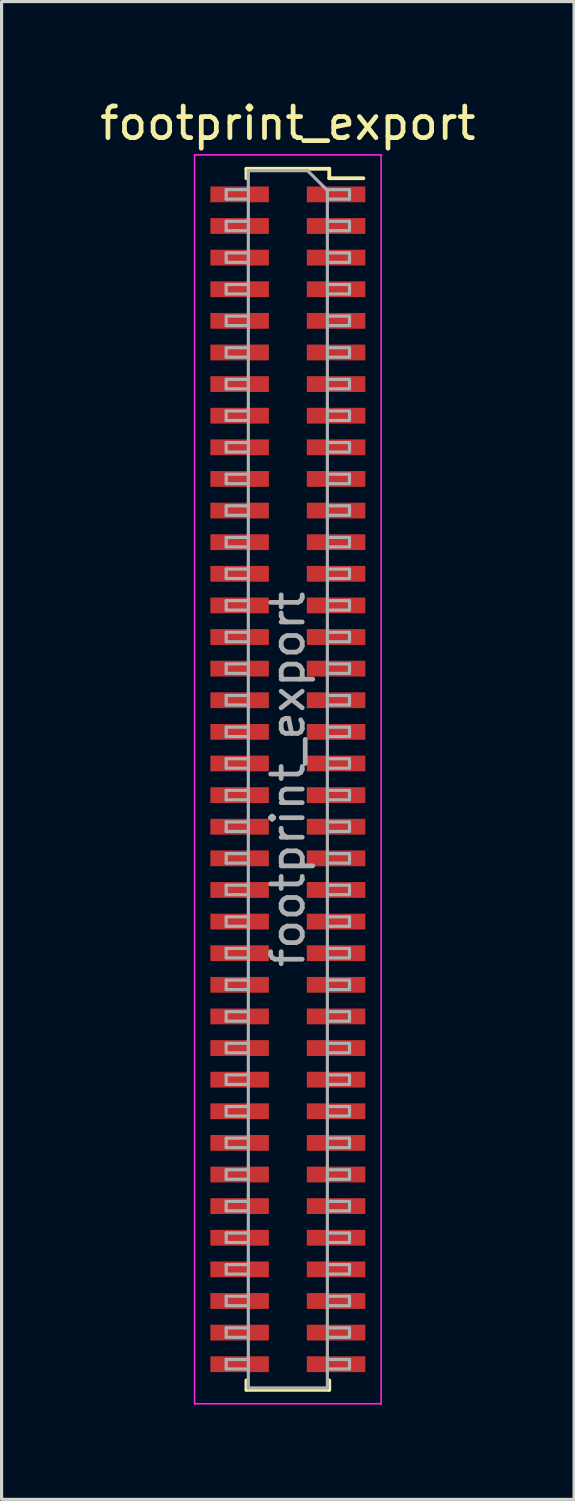
<source format=kicad_pcb>
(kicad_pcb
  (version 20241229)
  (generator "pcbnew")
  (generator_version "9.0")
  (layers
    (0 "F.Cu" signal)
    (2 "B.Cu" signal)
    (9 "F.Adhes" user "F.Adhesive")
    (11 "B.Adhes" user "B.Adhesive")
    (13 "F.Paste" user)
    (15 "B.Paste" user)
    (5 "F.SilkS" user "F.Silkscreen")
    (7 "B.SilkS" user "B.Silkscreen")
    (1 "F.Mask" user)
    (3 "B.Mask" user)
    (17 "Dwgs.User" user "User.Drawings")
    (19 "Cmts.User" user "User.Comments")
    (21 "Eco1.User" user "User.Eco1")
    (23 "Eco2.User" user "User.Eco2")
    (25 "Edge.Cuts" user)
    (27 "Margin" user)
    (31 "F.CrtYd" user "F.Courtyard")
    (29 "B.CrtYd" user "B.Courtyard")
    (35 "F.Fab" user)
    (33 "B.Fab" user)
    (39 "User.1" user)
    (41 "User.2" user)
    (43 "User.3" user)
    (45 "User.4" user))
  (footprint "footprint_export"
    (layer "F.Cu")
    (at 6.054 21.598)
    (property "Reference" "footprint_export" (at 0 -20.75 0) (layer "F.SilkS") (effects (font (size 1 1) (thickness 0.15))))
    (attr smd)
    (fp_line (start -1.31 -19.31) (end -1.31 -19.01) (stroke (width 0.12) (type solid)) (layer "F.SilkS"))
    (fp_line (start -1.31 -19.31) (end 1.31 -19.31) (stroke (width 0.12) (type solid)) (layer "F.SilkS"))
    (fp_line (start -1.31 19.01) (end -1.31 19.31) (stroke (width 0.12) (type solid)) (layer "F.SilkS"))
    (fp_line (start -1.31 19.31) (end 1.31 19.31) (stroke (width 0.12) (type solid)) (layer "F.SilkS"))
    (fp_line (start 1.31 -19.31) (end 1.31 -19.01) (stroke (width 0.12) (type solid)) (layer "F.SilkS"))
    (fp_line (start 1.31 -19.01) (end 2.39 -19.01) (stroke (width 0.12) (type solid)) (layer "F.SilkS"))
    (fp_line (start 1.31 19.01) (end 1.31 19.31) (stroke (width 0.12) (type solid)) (layer "F.SilkS"))
    (fp_line (start -2.95 -19.75) (end 2.95 -19.75) (stroke (width 0.05) (type solid)) (layer "F.CrtYd"))
    (fp_line (start -2.95 19.75) (end -2.95 -19.75) (stroke (width 0.05) (type solid)) (layer "F.CrtYd"))
    (fp_line (start 2.95 -19.75) (end 2.95 19.75) (stroke (width 0.05) (type solid)) (layer "F.CrtYd"))
    (fp_line (start 2.95 19.75) (end -2.95 19.75) (stroke (width 0.05) (type solid)) (layer "F.CrtYd"))
    (fp_line (start -1.95 -18.65) (end -1.25 -18.65) (stroke (width 0.1) (type solid)) (layer "F.Fab"))
    (fp_line (start -1.95 -18.35) (end -1.95 -18.65) (stroke (width 0.1) (type solid)) (layer "F.Fab"))
    (fp_line (start -1.95 -17.65) (end -1.25 -17.65) (stroke (width 0.1) (type solid)) (layer "F.Fab"))
    (fp_line (start -1.95 -17.35) (end -1.95 -17.65) (stroke (width 0.1) (type solid)) (layer "F.Fab"))
    (fp_line (start -1.95 -16.65) (end -1.25 -16.65) (stroke (width 0.1) (type solid)) (layer "F.Fab"))
    (fp_line (start -1.95 -16.35) (end -1.95 -16.65) (stroke (width 0.1) (type solid)) (layer "F.Fab"))
    (fp_line (start -1.95 -15.65) (end -1.25 -15.65) (stroke (width 0.1) (type solid)) (layer "F.Fab"))
    (fp_line (start -1.95 -15.35) (end -1.95 -15.65) (stroke (width 0.1) (type solid)) (layer "F.Fab"))
    (fp_line (start -1.95 -14.65) (end -1.25 -14.65) (stroke (width 0.1) (type solid)) (layer "F.Fab"))
    (fp_line (start -1.95 -14.35) (end -1.95 -14.65) (stroke (width 0.1) (type solid)) (layer "F.Fab"))
    (fp_line (start -1.95 -13.65) (end -1.25 -13.65) (stroke (width 0.1) (type solid)) (layer "F.Fab"))
    (fp_line (start -1.95 -13.35) (end -1.95 -13.65) (stroke (width 0.1) (type solid)) (layer "F.Fab"))
    (fp_line (start -1.95 -12.65) (end -1.25 -12.65) (stroke (width 0.1) (type solid)) (layer "F.Fab"))
    (fp_line (start -1.95 -12.35) (end -1.95 -12.65) (stroke (width 0.1) (type solid)) (layer "F.Fab"))
    (fp_line (start -1.95 -11.65) (end -1.25 -11.65) (stroke (width 0.1) (type solid)) (layer "F.Fab"))
    (fp_line (start -1.95 -11.35) (end -1.95 -11.65) (stroke (width 0.1) (type solid)) (layer "F.Fab"))
    (fp_line (start -1.95 -10.65) (end -1.25 -10.65) (stroke (width 0.1) (type solid)) (layer "F.Fab"))
    (fp_line (start -1.95 -10.35) (end -1.95 -10.65) (stroke (width 0.1) (type solid)) (layer "F.Fab"))
    (fp_line (start -1.95 -9.65) (end -1.25 -9.65) (stroke (width 0.1) (type solid)) (layer "F.Fab"))
    (fp_line (start -1.95 -9.35) (end -1.95 -9.65) (stroke (width 0.1) (type solid)) (layer "F.Fab"))
    (fp_line (start -1.95 -8.65) (end -1.25 -8.65) (stroke (width 0.1) (type solid)) (layer "F.Fab"))
    (fp_line (start -1.95 -8.35) (end -1.95 -8.65) (stroke (width 0.1) (type solid)) (layer "F.Fab"))
    (fp_line (start -1.95 -7.65) (end -1.25 -7.65) (stroke (width 0.1) (type solid)) (layer "F.Fab"))
    (fp_line (start -1.95 -7.35) (end -1.95 -7.65) (stroke (width 0.1) (type solid)) (layer "F.Fab"))
    (fp_line (start -1.95 -6.65) (end -1.25 -6.65) (stroke (width 0.1) (type solid)) (layer "F.Fab"))
    (fp_line (start -1.95 -6.35) (end -1.95 -6.65) (stroke (width 0.1) (type solid)) (layer "F.Fab"))
    (fp_line (start -1.95 -5.65) (end -1.25 -5.65) (stroke (width 0.1) (type solid)) (layer "F.Fab"))
    (fp_line (start -1.95 -5.35) (end -1.95 -5.65) (stroke (width 0.1) (type solid)) (layer "F.Fab"))
    (fp_line (start -1.95 -4.65) (end -1.25 -4.65) (stroke (width 0.1) (type solid)) (layer "F.Fab"))
    (fp_line (start -1.95 -4.35) (end -1.95 -4.65) (stroke (width 0.1) (type solid)) (layer "F.Fab"))
    (fp_line (start -1.95 -3.65) (end -1.25 -3.65) (stroke (width 0.1) (type solid)) (layer "F.Fab"))
    (fp_line (start -1.95 -3.35) (end -1.95 -3.65) (stroke (width 0.1) (type solid)) (layer "F.Fab"))
    (fp_line (start -1.95 -2.65) (end -1.25 -2.65) (stroke (width 0.1) (type solid)) (layer "F.Fab"))
    (fp_line (start -1.95 -2.35) (end -1.95 -2.65) (stroke (width 0.1) (type solid)) (layer "F.Fab"))
    (fp_line (start -1.95 -1.65) (end -1.25 -1.65) (stroke (width 0.1) (type solid)) (layer "F.Fab"))
    (fp_line (start -1.95 -1.35) (end -1.95 -1.65) (stroke (width 0.1) (type solid)) (layer "F.Fab"))
    (fp_line (start -1.95 -0.65) (end -1.25 -0.65) (stroke (width 0.1) (type solid)) (layer "F.Fab"))
    (fp_line (start -1.95 -0.35) (end -1.95 -0.65) (stroke (width 0.1) (type solid)) (layer "F.Fab"))
    (fp_line (start -1.95 0.35) (end -1.25 0.35) (stroke (width 0.1) (type solid)) (layer "F.Fab"))
    (fp_line (start -1.95 0.65) (end -1.95 0.35) (stroke (width 0.1) (type solid)) (layer "F.Fab"))
    (fp_line (start -1.95 1.35) (end -1.25 1.35) (stroke (width 0.1) (type solid)) (layer "F.Fab"))
    (fp_line (start -1.95 1.65) (end -1.95 1.35) (stroke (width 0.1) (type solid)) (layer "F.Fab"))
    (fp_line (start -1.95 2.35) (end -1.25 2.35) (stroke (width 0.1) (type solid)) (layer "F.Fab"))
    (fp_line (start -1.95 2.65) (end -1.95 2.35) (stroke (width 0.1) (type solid)) (layer "F.Fab"))
    (fp_line (start -1.95 3.35) (end -1.25 3.35) (stroke (width 0.1) (type solid)) (layer "F.Fab"))
    (fp_line (start -1.95 3.65) (end -1.95 3.35) (stroke (width 0.1) (type solid)) (layer "F.Fab"))
    (fp_line (start -1.95 4.35) (end -1.25 4.35) (stroke (width 0.1) (type solid)) (layer "F.Fab"))
    (fp_line (start -1.95 4.65) (end -1.95 4.35) (stroke (width 0.1) (type solid)) (layer "F.Fab"))
    (fp_line (start -1.95 5.35) (end -1.25 5.35) (stroke (width 0.1) (type solid)) (layer "F.Fab"))
    (fp_line (start -1.95 5.65) (end -1.95 5.35) (stroke (width 0.1) (type solid)) (layer "F.Fab"))
    (fp_line (start -1.95 6.35) (end -1.25 6.35) (stroke (width 0.1) (type solid)) (layer "F.Fab"))
    (fp_line (start -1.95 6.65) (end -1.95 6.35) (stroke (width 0.1) (type solid)) (layer "F.Fab"))
    (fp_line (start -1.95 7.35) (end -1.25 7.35) (stroke (width 0.1) (type solid)) (layer "F.Fab"))
    (fp_line (start -1.95 7.65) (end -1.95 7.35) (stroke (width 0.1) (type solid)) (layer "F.Fab"))
    (fp_line (start -1.95 8.35) (end -1.25 8.35) (stroke (width 0.1) (type solid)) (layer "F.Fab"))
    (fp_line (start -1.95 8.65) (end -1.95 8.35) (stroke (width 0.1) (type solid)) (layer "F.Fab"))
    (fp_line (start -1.95 9.35) (end -1.25 9.35) (stroke (width 0.1) (type solid)) (layer "F.Fab"))
    (fp_line (start -1.95 9.65) (end -1.95 9.35) (stroke (width 0.1) (type solid)) (layer "F.Fab"))
    (fp_line (start -1.95 10.35) (end -1.25 10.35) (stroke (width 0.1) (type solid)) (layer "F.Fab"))
    (fp_line (start -1.95 10.65) (end -1.95 10.35) (stroke (width 0.1) (type solid)) (layer "F.Fab"))
    (fp_line (start -1.95 11.35) (end -1.25 11.35) (stroke (width 0.1) (type solid)) (layer "F.Fab"))
    (fp_line (start -1.95 11.65) (end -1.95 11.35) (stroke (width 0.1) (type solid)) (layer "F.Fab"))
    (fp_line (start -1.95 12.35) (end -1.25 12.35) (stroke (width 0.1) (type solid)) (layer "F.Fab"))
    (fp_line (start -1.95 12.65) (end -1.95 12.35) (stroke (width 0.1) (type solid)) (layer "F.Fab"))
    (fp_line (start -1.95 13.35) (end -1.25 13.35) (stroke (width 0.1) (type solid)) (layer "F.Fab"))
    (fp_line (start -1.95 13.65) (end -1.95 13.35) (stroke (width 0.1) (type solid)) (layer "F.Fab"))
    (fp_line (start -1.95 14.35) (end -1.25 14.35) (stroke (width 0.1) (type solid)) (layer "F.Fab"))
    (fp_line (start -1.95 14.65) (end -1.95 14.35) (stroke (width 0.1) (type solid)) (layer "F.Fab"))
    (fp_line (start -1.95 15.35) (end -1.25 15.35) (stroke (width 0.1) (type solid)) (layer "F.Fab"))
    (fp_line (start -1.95 15.65) (end -1.95 15.35) (stroke (width 0.1) (type solid)) (layer "F.Fab"))
    (fp_line (start -1.95 16.35) (end -1.25 16.35) (stroke (width 0.1) (type solid)) (layer "F.Fab"))
    (fp_line (start -1.95 16.65) (end -1.95 16.35) (stroke (width 0.1) (type solid)) (layer "F.Fab"))
    (fp_line (start -1.95 17.35) (end -1.25 17.35) (stroke (width 0.1) (type solid)) (layer "F.Fab"))
    (fp_line (start -1.95 17.65) (end -1.95 17.35) (stroke (width 0.1) (type solid)) (layer "F.Fab"))
    (fp_line (start -1.95 18.35) (end -1.25 18.35) (stroke (width 0.1) (type solid)) (layer "F.Fab"))
    (fp_line (start -1.95 18.65) (end -1.95 18.35) (stroke (width 0.1) (type solid)) (layer "F.Fab"))
    (fp_line (start -1.25 -19.25) (end 0.625 -19.25) (stroke (width 0.1) (type solid)) (layer "F.Fab"))
    (fp_line (start -1.25 -18.35) (end -1.95 -18.35) (stroke (width 0.1) (type solid)) (layer "F.Fab"))
    (fp_line (start -1.25 -17.35) (end -1.95 -17.35) (stroke (width 0.1) (type solid)) (layer "F.Fab"))
    (fp_line (start -1.25 -16.35) (end -1.95 -16.35) (stroke (width 0.1) (type solid)) (layer "F.Fab"))
    (fp_line (start -1.25 -15.35) (end -1.95 -15.35) (stroke (width 0.1) (type solid)) (layer "F.Fab"))
    (fp_line (start -1.25 -14.35) (end -1.95 -14.35) (stroke (width 0.1) (type solid)) (layer "F.Fab"))
    (fp_line (start -1.25 -13.35) (end -1.95 -13.35) (stroke (width 0.1) (type solid)) (layer "F.Fab"))
    (fp_line (start -1.25 -12.35) (end -1.95 -12.35) (stroke (width 0.1) (type solid)) (layer "F.Fab"))
    (fp_line (start -1.25 -11.35) (end -1.95 -11.35) (stroke (width 0.1) (type solid)) (layer "F.Fab"))
    (fp_line (start -1.25 -10.35) (end -1.95 -10.35) (stroke (width 0.1) (type solid)) (layer "F.Fab"))
    (fp_line (start -1.25 -9.35) (end -1.95 -9.35) (stroke (width 0.1) (type solid)) (layer "F.Fab"))
    (fp_line (start -1.25 -8.35) (end -1.95 -8.35) (stroke (width 0.1) (type solid)) (layer "F.Fab"))
    (fp_line (start -1.25 -7.35) (end -1.95 -7.35) (stroke (width 0.1) (type solid)) (layer "F.Fab"))
    (fp_line (start -1.25 -6.35) (end -1.95 -6.35) (stroke (width 0.1) (type solid)) (layer "F.Fab"))
    (fp_line (start -1.25 -5.35) (end -1.95 -5.35) (stroke (width 0.1) (type solid)) (layer "F.Fab"))
    (fp_line (start -1.25 -4.35) (end -1.95 -4.35) (stroke (width 0.1) (type solid)) (layer "F.Fab"))
    (fp_line (start -1.25 -3.35) (end -1.95 -3.35) (stroke (width 0.1) (type solid)) (layer "F.Fab"))
    (fp_line (start -1.25 -2.35) (end -1.95 -2.35) (stroke (width 0.1) (type solid)) (layer "F.Fab"))
    (fp_line (start -1.25 -1.35) (end -1.95 -1.35) (stroke (width 0.1) (type solid)) (layer "F.Fab"))
    (fp_line (start -1.25 -0.35) (end -1.95 -0.35) (stroke (width 0.1) (type solid)) (layer "F.Fab"))
    (fp_line (start -1.25 0.65) (end -1.95 0.65) (stroke (width 0.1) (type solid)) (layer "F.Fab"))
    (fp_line (start -1.25 1.65) (end -1.95 1.65) (stroke (width 0.1) (type solid)) (layer "F.Fab"))
    (fp_line (start -1.25 2.65) (end -1.95 2.65) (stroke (width 0.1) (type solid)) (layer "F.Fab"))
    (fp_line (start -1.25 3.65) (end -1.95 3.65) (stroke (width 0.1) (type solid)) (layer "F.Fab"))
    (fp_line (start -1.25 4.65) (end -1.95 4.65) (stroke (width 0.1) (type solid)) (layer "F.Fab"))
    (fp_line (start -1.25 5.65) (end -1.95 5.65) (stroke (width 0.1) (type solid)) (layer "F.Fab"))
    (fp_line (start -1.25 6.65) (end -1.95 6.65) (stroke (width 0.1) (type solid)) (layer "F.Fab"))
    (fp_line (start -1.25 7.65) (end -1.95 7.65) (stroke (width 0.1) (type solid)) (layer "F.Fab"))
    (fp_line (start -1.25 8.65) (end -1.95 8.65) (stroke (width 0.1) (type solid)) (layer "F.Fab"))
    (fp_line (start -1.25 9.65) (end -1.95 9.65) (stroke (width 0.1) (type solid)) (layer "F.Fab"))
    (fp_line (start -1.25 10.65) (end -1.95 10.65) (stroke (width 0.1) (type solid)) (layer "F.Fab"))
    (fp_line (start -1.25 11.65) (end -1.95 11.65) (stroke (width 0.1) (type solid)) (layer "F.Fab"))
    (fp_line (start -1.25 12.65) (end -1.95 12.65) (stroke (width 0.1) (type solid)) (layer "F.Fab"))
    (fp_line (start -1.25 13.65) (end -1.95 13.65) (stroke (width 0.1) (type solid)) (layer "F.Fab"))
    (fp_line (start -1.25 14.65) (end -1.95 14.65) (stroke (width 0.1) (type solid)) (layer "F.Fab"))
    (fp_line (start -1.25 15.65) (end -1.95 15.65) (stroke (width 0.1) (type solid)) (layer "F.Fab"))
    (fp_line (start -1.25 16.65) (end -1.95 16.65) (stroke (width 0.1) (type solid)) (layer "F.Fab"))
    (fp_line (start -1.25 17.65) (end -1.95 17.65) (stroke (width 0.1) (type solid)) (layer "F.Fab"))
    (fp_line (start -1.25 18.65) (end -1.95 18.65) (stroke (width 0.1) (type solid)) (layer "F.Fab"))
    (fp_line (start -1.25 19.25) (end -1.25 -19.25) (stroke (width 0.1) (type solid)) (layer "F.Fab"))
    (fp_line (start 0.625 -19.25) (end 1.25 -18.625) (stroke (width 0.1) (type solid)) (layer "F.Fab"))
    (fp_line (start 1.25 -18.65) (end 1.95 -18.65) (stroke (width 0.1) (type solid)) (layer "F.Fab"))
    (fp_line (start 1.25 -18.625) (end 1.25 19.25) (stroke (width 0.1) (type solid)) (layer "F.Fab"))
    (fp_line (start 1.25 -17.65) (end 1.95 -17.65) (stroke (width 0.1) (type solid)) (layer "F.Fab"))
    (fp_line (start 1.25 -16.65) (end 1.95 -16.65) (stroke (width 0.1) (type solid)) (layer "F.Fab"))
    (fp_line (start 1.25 -15.65) (end 1.95 -15.65) (stroke (width 0.1) (type solid)) (layer "F.Fab"))
    (fp_line (start 1.25 -14.65) (end 1.95 -14.65) (stroke (width 0.1) (type solid)) (layer "F.Fab"))
    (fp_line (start 1.25 -13.65) (end 1.95 -13.65) (stroke (width 0.1) (type solid)) (layer "F.Fab"))
    (fp_line (start 1.25 -12.65) (end 1.95 -12.65) (stroke (width 0.1) (type solid)) (layer "F.Fab"))
    (fp_line (start 1.25 -11.65) (end 1.95 -11.65) (stroke (width 0.1) (type solid)) (layer "F.Fab"))
    (fp_line (start 1.25 -10.65) (end 1.95 -10.65) (stroke (width 0.1) (type solid)) (layer "F.Fab"))
    (fp_line (start 1.25 -9.65) (end 1.95 -9.65) (stroke (width 0.1) (type solid)) (layer "F.Fab"))
    (fp_line (start 1.25 -8.65) (end 1.95 -8.65) (stroke (width 0.1) (type solid)) (layer "F.Fab"))
    (fp_line (start 1.25 -7.65) (end 1.95 -7.65) (stroke (width 0.1) (type solid)) (layer "F.Fab"))
    (fp_line (start 1.25 -6.65) (end 1.95 -6.65) (stroke (width 0.1) (type solid)) (layer "F.Fab"))
    (fp_line (start 1.25 -5.65) (end 1.95 -5.65) (stroke (width 0.1) (type solid)) (layer "F.Fab"))
    (fp_line (start 1.25 -4.65) (end 1.95 -4.65) (stroke (width 0.1) (type solid)) (layer "F.Fab"))
    (fp_line (start 1.25 -3.65) (end 1.95 -3.65) (stroke (width 0.1) (type solid)) (layer "F.Fab"))
    (fp_line (start 1.25 -2.65) (end 1.95 -2.65) (stroke (width 0.1) (type solid)) (layer "F.Fab"))
    (fp_line (start 1.25 -1.65) (end 1.95 -1.65) (stroke (width 0.1) (type solid)) (layer "F.Fab"))
    (fp_line (start 1.25 -0.65) (end 1.95 -0.65) (stroke (width 0.1) (type solid)) (layer "F.Fab"))
    (fp_line (start 1.25 0.35) (end 1.95 0.35) (stroke (width 0.1) (type solid)) (layer "F.Fab"))
    (fp_line (start 1.25 1.35) (end 1.95 1.35) (stroke (width 0.1) (type solid)) (layer "F.Fab"))
    (fp_line (start 1.25 2.35) (end 1.95 2.35) (stroke (width 0.1) (type solid)) (layer "F.Fab"))
    (fp_line (start 1.25 3.35) (end 1.95 3.35) (stroke (width 0.1) (type solid)) (layer "F.Fab"))
    (fp_line (start 1.25 4.35) (end 1.95 4.35) (stroke (width 0.1) (type solid)) (layer "F.Fab"))
    (fp_line (start 1.25 5.35) (end 1.95 5.35) (stroke (width 0.1) (type solid)) (layer "F.Fab"))
    (fp_line (start 1.25 6.35) (end 1.95 6.35) (stroke (width 0.1) (type solid)) (layer "F.Fab"))
    (fp_line (start 1.25 7.35) (end 1.95 7.35) (stroke (width 0.1) (type solid)) (layer "F.Fab"))
    (fp_line (start 1.25 8.35) (end 1.95 8.35) (stroke (width 0.1) (type solid)) (layer "F.Fab"))
    (fp_line (start 1.25 9.35) (end 1.95 9.35) (stroke (width 0.1) (type solid)) (layer "F.Fab"))
    (fp_line (start 1.25 10.35) (end 1.95 10.35) (stroke (width 0.1) (type solid)) (layer "F.Fab"))
    (fp_line (start 1.25 11.35) (end 1.95 11.35) (stroke (width 0.1) (type solid)) (layer "F.Fab"))
    (fp_line (start 1.25 12.35) (end 1.95 12.35) (stroke (width 0.1) (type solid)) (layer "F.Fab"))
    (fp_line (start 1.25 13.35) (end 1.95 13.35) (stroke (width 0.1) (type solid)) (layer "F.Fab"))
    (fp_line (start 1.25 14.35) (end 1.95 14.35) (stroke (width 0.1) (type solid)) (layer "F.Fab"))
    (fp_line (start 1.25 15.35) (end 1.95 15.35) (stroke (width 0.1) (type solid)) (layer "F.Fab"))
    (fp_line (start 1.25 16.35) (end 1.95 16.35) (stroke (width 0.1) (type solid)) (layer "F.Fab"))
    (fp_line (start 1.25 17.35) (end 1.95 17.35) (stroke (width 0.1) (type solid)) (layer "F.Fab"))
    (fp_line (start 1.25 18.35) (end 1.95 18.35) (stroke (width 0.1) (type solid)) (layer "F.Fab"))
    (fp_line (start 1.25 19.25) (end -1.25 19.25) (stroke (width 0.1) (type solid)) (layer "F.Fab"))
    (fp_line (start 1.95 -18.65) (end 1.95 -18.35) (stroke (width 0.1) (type solid)) (layer "F.Fab"))
    (fp_line (start 1.95 -18.35) (end 1.25 -18.35) (stroke (width 0.1) (type solid)) (layer "F.Fab"))
    (fp_line (start 1.95 -17.65) (end 1.95 -17.35) (stroke (width 0.1) (type solid)) (layer "F.Fab"))
    (fp_line (start 1.95 -17.35) (end 1.25 -17.35) (stroke (width 0.1) (type solid)) (layer "F.Fab"))
    (fp_line (start 1.95 -16.65) (end 1.95 -16.35) (stroke (width 0.1) (type solid)) (layer "F.Fab"))
    (fp_line (start 1.95 -16.35) (end 1.25 -16.35) (stroke (width 0.1) (type solid)) (layer "F.Fab"))
    (fp_line (start 1.95 -15.65) (end 1.95 -15.35) (stroke (width 0.1) (type solid)) (layer "F.Fab"))
    (fp_line (start 1.95 -15.35) (end 1.25 -15.35) (stroke (width 0.1) (type solid)) (layer "F.Fab"))
    (fp_line (start 1.95 -14.65) (end 1.95 -14.35) (stroke (width 0.1) (type solid)) (layer "F.Fab"))
    (fp_line (start 1.95 -14.35) (end 1.25 -14.35) (stroke (width 0.1) (type solid)) (layer "F.Fab"))
    (fp_line (start 1.95 -13.65) (end 1.95 -13.35) (stroke (width 0.1) (type solid)) (layer "F.Fab"))
    (fp_line (start 1.95 -13.35) (end 1.25 -13.35) (stroke (width 0.1) (type solid)) (layer "F.Fab"))
    (fp_line (start 1.95 -12.65) (end 1.95 -12.35) (stroke (width 0.1) (type solid)) (layer "F.Fab"))
    (fp_line (start 1.95 -12.35) (end 1.25 -12.35) (stroke (width 0.1) (type solid)) (layer "F.Fab"))
    (fp_line (start 1.95 -11.65) (end 1.95 -11.35) (stroke (width 0.1) (type solid)) (layer "F.Fab"))
    (fp_line (start 1.95 -11.35) (end 1.25 -11.35) (stroke (width 0.1) (type solid)) (layer "F.Fab"))
    (fp_line (start 1.95 -10.65) (end 1.95 -10.35) (stroke (width 0.1) (type solid)) (layer "F.Fab"))
    (fp_line (start 1.95 -10.35) (end 1.25 -10.35) (stroke (width 0.1) (type solid)) (layer "F.Fab"))
    (fp_line (start 1.95 -9.65) (end 1.95 -9.35) (stroke (width 0.1) (type solid)) (layer "F.Fab"))
    (fp_line (start 1.95 -9.35) (end 1.25 -9.35) (stroke (width 0.1) (type solid)) (layer "F.Fab"))
    (fp_line (start 1.95 -8.65) (end 1.95 -8.35) (stroke (width 0.1) (type solid)) (layer "F.Fab"))
    (fp_line (start 1.95 -8.35) (end 1.25 -8.35) (stroke (width 0.1) (type solid)) (layer "F.Fab"))
    (fp_line (start 1.95 -7.65) (end 1.95 -7.35) (stroke (width 0.1) (type solid)) (layer "F.Fab"))
    (fp_line (start 1.95 -7.35) (end 1.25 -7.35) (stroke (width 0.1) (type solid)) (layer "F.Fab"))
    (fp_line (start 1.95 -6.65) (end 1.95 -6.35) (stroke (width 0.1) (type solid)) (layer "F.Fab"))
    (fp_line (start 1.95 -6.35) (end 1.25 -6.35) (stroke (width 0.1) (type solid)) (layer "F.Fab"))
    (fp_line (start 1.95 -5.65) (end 1.95 -5.35) (stroke (width 0.1) (type solid)) (layer "F.Fab"))
    (fp_line (start 1.95 -5.35) (end 1.25 -5.35) (stroke (width 0.1) (type solid)) (layer "F.Fab"))
    (fp_line (start 1.95 -4.65) (end 1.95 -4.35) (stroke (width 0.1) (type solid)) (layer "F.Fab"))
    (fp_line (start 1.95 -4.35) (end 1.25 -4.35) (stroke (width 0.1) (type solid)) (layer "F.Fab"))
    (fp_line (start 1.95 -3.65) (end 1.95 -3.35) (stroke (width 0.1) (type solid)) (layer "F.Fab"))
    (fp_line (start 1.95 -3.35) (end 1.25 -3.35) (stroke (width 0.1) (type solid)) (layer "F.Fab"))
    (fp_line (start 1.95 -2.65) (end 1.95 -2.35) (stroke (width 0.1) (type solid)) (layer "F.Fab"))
    (fp_line (start 1.95 -2.35) (end 1.25 -2.35) (stroke (width 0.1) (type solid)) (layer "F.Fab"))
    (fp_line (start 1.95 -1.65) (end 1.95 -1.35) (stroke (width 0.1) (type solid)) (layer "F.Fab"))
    (fp_line (start 1.95 -1.35) (end 1.25 -1.35) (stroke (width 0.1) (type solid)) (layer "F.Fab"))
    (fp_line (start 1.95 -0.65) (end 1.95 -0.35) (stroke (width 0.1) (type solid)) (layer "F.Fab"))
    (fp_line (start 1.95 -0.35) (end 1.25 -0.35) (stroke (width 0.1) (type solid)) (layer "F.Fab"))
    (fp_line (start 1.95 0.35) (end 1.95 0.65) (stroke (width 0.1) (type solid)) (layer "F.Fab"))
    (fp_line (start 1.95 0.65) (end 1.25 0.65) (stroke (width 0.1) (type solid)) (layer "F.Fab"))
    (fp_line (start 1.95 1.35) (end 1.95 1.65) (stroke (width 0.1) (type solid)) (layer "F.Fab"))
    (fp_line (start 1.95 1.65) (end 1.25 1.65) (stroke (width 0.1) (type solid)) (layer "F.Fab"))
    (fp_line (start 1.95 2.35) (end 1.95 2.65) (stroke (width 0.1) (type solid)) (layer "F.Fab"))
    (fp_line (start 1.95 2.65) (end 1.25 2.65) (stroke (width 0.1) (type solid)) (layer "F.Fab"))
    (fp_line (start 1.95 3.35) (end 1.95 3.65) (stroke (width 0.1) (type solid)) (layer "F.Fab"))
    (fp_line (start 1.95 3.65) (end 1.25 3.65) (stroke (width 0.1) (type solid)) (layer "F.Fab"))
    (fp_line (start 1.95 4.35) (end 1.95 4.65) (stroke (width 0.1) (type solid)) (layer "F.Fab"))
    (fp_line (start 1.95 4.65) (end 1.25 4.65) (stroke (width 0.1) (type solid)) (layer "F.Fab"))
    (fp_line (start 1.95 5.35) (end 1.95 5.65) (stroke (width 0.1) (type solid)) (layer "F.Fab"))
    (fp_line (start 1.95 5.65) (end 1.25 5.65) (stroke (width 0.1) (type solid)) (layer "F.Fab"))
    (fp_line (start 1.95 6.35) (end 1.95 6.65) (stroke (width 0.1) (type solid)) (layer "F.Fab"))
    (fp_line (start 1.95 6.65) (end 1.25 6.65) (stroke (width 0.1) (type solid)) (layer "F.Fab"))
    (fp_line (start 1.95 7.35) (end 1.95 7.65) (stroke (width 0.1) (type solid)) (layer "F.Fab"))
    (fp_line (start 1.95 7.65) (end 1.25 7.65) (stroke (width 0.1) (type solid)) (layer "F.Fab"))
    (fp_line (start 1.95 8.35) (end 1.95 8.65) (stroke (width 0.1) (type solid)) (layer "F.Fab"))
    (fp_line (start 1.95 8.65) (end 1.25 8.65) (stroke (width 0.1) (type solid)) (layer "F.Fab"))
    (fp_line (start 1.95 9.35) (end 1.95 9.65) (stroke (width 0.1) (type solid)) (layer "F.Fab"))
    (fp_line (start 1.95 9.65) (end 1.25 9.65) (stroke (width 0.1) (type solid)) (layer "F.Fab"))
    (fp_line (start 1.95 10.35) (end 1.95 10.65) (stroke (width 0.1) (type solid)) (layer "F.Fab"))
    (fp_line (start 1.95 10.65) (end 1.25 10.65) (stroke (width 0.1) (type solid)) (layer "F.Fab"))
    (fp_line (start 1.95 11.35) (end 1.95 11.65) (stroke (width 0.1) (type solid)) (layer "F.Fab"))
    (fp_line (start 1.95 11.65) (end 1.25 11.65) (stroke (width 0.1) (type solid)) (layer "F.Fab"))
    (fp_line (start 1.95 12.35) (end 1.95 12.65) (stroke (width 0.1) (type solid)) (layer "F.Fab"))
    (fp_line (start 1.95 12.65) (end 1.25 12.65) (stroke (width 0.1) (type solid)) (layer "F.Fab"))
    (fp_line (start 1.95 13.35) (end 1.95 13.65) (stroke (width 0.1) (type solid)) (layer "F.Fab"))
    (fp_line (start 1.95 13.65) (end 1.25 13.65) (stroke (width 0.1) (type solid)) (layer "F.Fab"))
    (fp_line (start 1.95 14.35) (end 1.95 14.65) (stroke (width 0.1) (type solid)) (layer "F.Fab"))
    (fp_line (start 1.95 14.65) (end 1.25 14.65) (stroke (width 0.1) (type solid)) (layer "F.Fab"))
    (fp_line (start 1.95 15.35) (end 1.95 15.65) (stroke (width 0.1) (type solid)) (layer "F.Fab"))
    (fp_line (start 1.95 15.65) (end 1.25 15.65) (stroke (width 0.1) (type solid)) (layer "F.Fab"))
    (fp_line (start 1.95 16.35) (end 1.95 16.65) (stroke (width 0.1) (type solid)) (layer "F.Fab"))
    (fp_line (start 1.95 16.65) (end 1.25 16.65) (stroke (width 0.1) (type solid)) (layer "F.Fab"))
    (fp_line (start 1.95 17.35) (end 1.95 17.65) (stroke (width 0.1) (type solid)) (layer "F.Fab"))
    (fp_line (start 1.95 17.65) (end 1.25 17.65) (stroke (width 0.1) (type solid)) (layer "F.Fab"))
    (fp_line (start 1.95 18.35) (end 1.95 18.65) (stroke (width 0.1) (type solid)) (layer "F.Fab"))
    (fp_line (start 1.95 18.65) (end 1.25 18.65) (stroke (width 0.1) (type solid)) (layer "F.Fab"))
    (fp_text user "${REFERENCE}" (at 0 0 90) (layer "F.Fab") (effects (font (size 1 1) (thickness 0.15))))
    (pad "1" smd rect (at 1.525 -18.5) (size 1.85 0.5) (layers "F.Cu" "F.Mask" "F.Paste"))
    (pad "2" smd rect (at -1.525 -18.5) (size 1.85 0.5) (layers "F.Cu" "F.Mask" "F.Paste"))
    (pad "3" smd rect (at 1.525 -17.5) (size 1.85 0.5) (layers "F.Cu" "F.Mask" "F.Paste"))
    (pad "4" smd rect (at -1.525 -17.5) (size 1.85 0.5) (layers "F.Cu" "F.Mask" "F.Paste"))
    (pad "5" smd rect (at 1.525 -16.5) (size 1.85 0.5) (layers "F.Cu" "F.Mask" "F.Paste"))
    (pad "6" smd rect (at -1.525 -16.5) (size 1.85 0.5) (layers "F.Cu" "F.Mask" "F.Paste"))
    (pad "7" smd rect (at 1.525 -15.5) (size 1.85 0.5) (layers "F.Cu" "F.Mask" "F.Paste"))
    (pad "8" smd rect (at -1.525 -15.5) (size 1.85 0.5) (layers "F.Cu" "F.Mask" "F.Paste"))
    (pad "9" smd rect (at 1.525 -14.5) (size 1.85 0.5) (layers "F.Cu" "F.Mask" "F.Paste"))
    (pad "10" smd rect (at -1.525 -14.5) (size 1.85 0.5) (layers "F.Cu" "F.Mask" "F.Paste"))
    (pad "11" smd rect (at 1.525 -13.5) (size 1.85 0.5) (layers "F.Cu" "F.Mask" "F.Paste"))
    (pad "12" smd rect (at -1.525 -13.5) (size 1.85 0.5) (layers "F.Cu" "F.Mask" "F.Paste"))
    (pad "13" smd rect (at 1.525 -12.5) (size 1.85 0.5) (layers "F.Cu" "F.Mask" "F.Paste"))
    (pad "14" smd rect (at -1.525 -12.5) (size 1.85 0.5) (layers "F.Cu" "F.Mask" "F.Paste"))
    (pad "15" smd rect (at 1.525 -11.5) (size 1.85 0.5) (layers "F.Cu" "F.Mask" "F.Paste"))
    (pad "16" smd rect (at -1.525 -11.5) (size 1.85 0.5) (layers "F.Cu" "F.Mask" "F.Paste"))
    (pad "17" smd rect (at 1.525 -10.5) (size 1.85 0.5) (layers "F.Cu" "F.Mask" "F.Paste"))
    (pad "18" smd rect (at -1.525 -10.5) (size 1.85 0.5) (layers "F.Cu" "F.Mask" "F.Paste"))
    (pad "19" smd rect (at 1.525 -9.5) (size 1.85 0.5) (layers "F.Cu" "F.Mask" "F.Paste"))
    (pad "20" smd rect (at -1.525 -9.5) (size 1.85 0.5) (layers "F.Cu" "F.Mask" "F.Paste"))
    (pad "21" smd rect (at 1.525 -8.5) (size 1.85 0.5) (layers "F.Cu" "F.Mask" "F.Paste"))
    (pad "22" smd rect (at -1.525 -8.5) (size 1.85 0.5) (layers "F.Cu" "F.Mask" "F.Paste"))
    (pad "23" smd rect (at 1.525 -7.5) (size 1.85 0.5) (layers "F.Cu" "F.Mask" "F.Paste"))
    (pad "24" smd rect (at -1.525 -7.5) (size 1.85 0.5) (layers "F.Cu" "F.Mask" "F.Paste"))
    (pad "25" smd rect (at 1.525 -6.5) (size 1.85 0.5) (layers "F.Cu" "F.Mask" "F.Paste"))
    (pad "26" smd rect (at -1.525 -6.5) (size 1.85 0.5) (layers "F.Cu" "F.Mask" "F.Paste"))
    (pad "27" smd rect (at 1.525 -5.5) (size 1.85 0.5) (layers "F.Cu" "F.Mask" "F.Paste"))
    (pad "28" smd rect (at -1.525 -5.5) (size 1.85 0.5) (layers "F.Cu" "F.Mask" "F.Paste"))
    (pad "29" smd rect (at 1.525 -4.5) (size 1.85 0.5) (layers "F.Cu" "F.Mask" "F.Paste"))
    (pad "30" smd rect (at -1.525 -4.5) (size 1.85 0.5) (layers "F.Cu" "F.Mask" "F.Paste"))
    (pad "31" smd rect (at 1.525 -3.5) (size 1.85 0.5) (layers "F.Cu" "F.Mask" "F.Paste"))
    (pad "32" smd rect (at -1.525 -3.5) (size 1.85 0.5) (layers "F.Cu" "F.Mask" "F.Paste"))
    (pad "33" smd rect (at 1.525 -2.5) (size 1.85 0.5) (layers "F.Cu" "F.Mask" "F.Paste"))
    (pad "34" smd rect (at -1.525 -2.5) (size 1.85 0.5) (layers "F.Cu" "F.Mask" "F.Paste"))
    (pad "35" smd rect (at 1.525 -1.5) (size 1.85 0.5) (layers "F.Cu" "F.Mask" "F.Paste"))
    (pad "36" smd rect (at -1.525 -1.5) (size 1.85 0.5) (layers "F.Cu" "F.Mask" "F.Paste"))
    (pad "37" smd rect (at 1.525 -0.5) (size 1.85 0.5) (layers "F.Cu" "F.Mask" "F.Paste"))
    (pad "38" smd rect (at -1.525 -0.5) (size 1.85 0.5) (layers "F.Cu" "F.Mask" "F.Paste"))
    (pad "39" smd rect (at 1.525 0.5) (size 1.85 0.5) (layers "F.Cu" "F.Mask" "F.Paste"))
    (pad "40" smd rect (at -1.525 0.5) (size 1.85 0.5) (layers "F.Cu" "F.Mask" "F.Paste"))
    (pad "41" smd rect (at 1.525 1.5) (size 1.85 0.5) (layers "F.Cu" "F.Mask" "F.Paste"))
    (pad "42" smd rect (at -1.525 1.5) (size 1.85 0.5) (layers "F.Cu" "F.Mask" "F.Paste"))
    (pad "43" smd rect (at 1.525 2.5) (size 1.85 0.5) (layers "F.Cu" "F.Mask" "F.Paste"))
    (pad "44" smd rect (at -1.525 2.5) (size 1.85 0.5) (layers "F.Cu" "F.Mask" "F.Paste"))
    (pad "45" smd rect (at 1.525 3.5) (size 1.85 0.5) (layers "F.Cu" "F.Mask" "F.Paste"))
    (pad "46" smd rect (at -1.525 3.5) (size 1.85 0.5) (layers "F.Cu" "F.Mask" "F.Paste"))
    (pad "47" smd rect (at 1.525 4.5) (size 1.85 0.5) (layers "F.Cu" "F.Mask" "F.Paste"))
    (pad "48" smd rect (at -1.525 4.5) (size 1.85 0.5) (layers "F.Cu" "F.Mask" "F.Paste"))
    (pad "49" smd rect (at 1.525 5.5) (size 1.85 0.5) (layers "F.Cu" "F.Mask" "F.Paste"))
    (pad "50" smd rect (at -1.525 5.5) (size 1.85 0.5) (layers "F.Cu" "F.Mask" "F.Paste"))
    (pad "51" smd rect (at 1.525 6.5) (size 1.85 0.5) (layers "F.Cu" "F.Mask" "F.Paste"))
    (pad "52" smd rect (at -1.525 6.5) (size 1.85 0.5) (layers "F.Cu" "F.Mask" "F.Paste"))
    (pad "53" smd rect (at 1.525 7.5) (size 1.85 0.5) (layers "F.Cu" "F.Mask" "F.Paste"))
    (pad "54" smd rect (at -1.525 7.5) (size 1.85 0.5) (layers "F.Cu" "F.Mask" "F.Paste"))
    (pad "55" smd rect (at 1.525 8.5) (size 1.85 0.5) (layers "F.Cu" "F.Mask" "F.Paste"))
    (pad "56" smd rect (at -1.525 8.5) (size 1.85 0.5) (layers "F.Cu" "F.Mask" "F.Paste"))
    (pad "57" smd rect (at 1.525 9.5) (size 1.85 0.5) (layers "F.Cu" "F.Mask" "F.Paste"))
    (pad "58" smd rect (at -1.525 9.5) (size 1.85 0.5) (layers "F.Cu" "F.Mask" "F.Paste"))
    (pad "59" smd rect (at 1.525 10.5) (size 1.85 0.5) (layers "F.Cu" "F.Mask" "F.Paste"))
    (pad "60" smd rect (at -1.525 10.5) (size 1.85 0.5) (layers "F.Cu" "F.Mask" "F.Paste"))
    (pad "61" smd rect (at 1.525 11.5) (size 1.85 0.5) (layers "F.Cu" "F.Mask" "F.Paste"))
    (pad "62" smd rect (at -1.525 11.5) (size 1.85 0.5) (layers "F.Cu" "F.Mask" "F.Paste"))
    (pad "63" smd rect (at 1.525 12.5) (size 1.85 0.5) (layers "F.Cu" "F.Mask" "F.Paste"))
    (pad "64" smd rect (at -1.525 12.5) (size 1.85 0.5) (layers "F.Cu" "F.Mask" "F.Paste"))
    (pad "65" smd rect (at 1.525 13.5) (size 1.85 0.5) (layers "F.Cu" "F.Mask" "F.Paste"))
    (pad "66" smd rect (at -1.525 13.5) (size 1.85 0.5) (layers "F.Cu" "F.Mask" "F.Paste"))
    (pad "67" smd rect (at 1.525 14.5) (size 1.85 0.5) (layers "F.Cu" "F.Mask" "F.Paste"))
    (pad "68" smd rect (at -1.525 14.5) (size 1.85 0.5) (layers "F.Cu" "F.Mask" "F.Paste"))
    (pad "69" smd rect (at 1.525 15.5) (size 1.85 0.5) (layers "F.Cu" "F.Mask" "F.Paste"))
    (pad "70" smd rect (at -1.525 15.5) (size 1.85 0.5) (layers "F.Cu" "F.Mask" "F.Paste"))
    (pad "71" smd rect (at 1.525 16.5) (size 1.85 0.5) (layers "F.Cu" "F.Mask" "F.Paste"))
    (pad "72" smd rect (at -1.525 16.5) (size 1.85 0.5) (layers "F.Cu" "F.Mask" "F.Paste"))
    (pad "73" smd rect (at 1.525 17.5) (size 1.85 0.5) (layers "F.Cu" "F.Mask" "F.Paste"))
    (pad "74" smd rect (at -1.525 17.5) (size 1.85 0.5) (layers "F.Cu" "F.Mask" "F.Paste"))
    (pad "75" smd rect (at 1.525 18.5) (size 1.85 0.5) (layers "F.Cu" "F.Mask" "F.Paste"))
    (pad "76" smd rect (at -1.525 18.5) (size 1.85 0.5) (layers "F.Cu" "F.Mask" "F.Paste")))
  (gr_rect
    (start -3 -3)
    (end 15.107 44.373)
    (stroke (width 0.1) (type default))
    (fill no)
    (layer "Edge.Cuts")))
</source>
